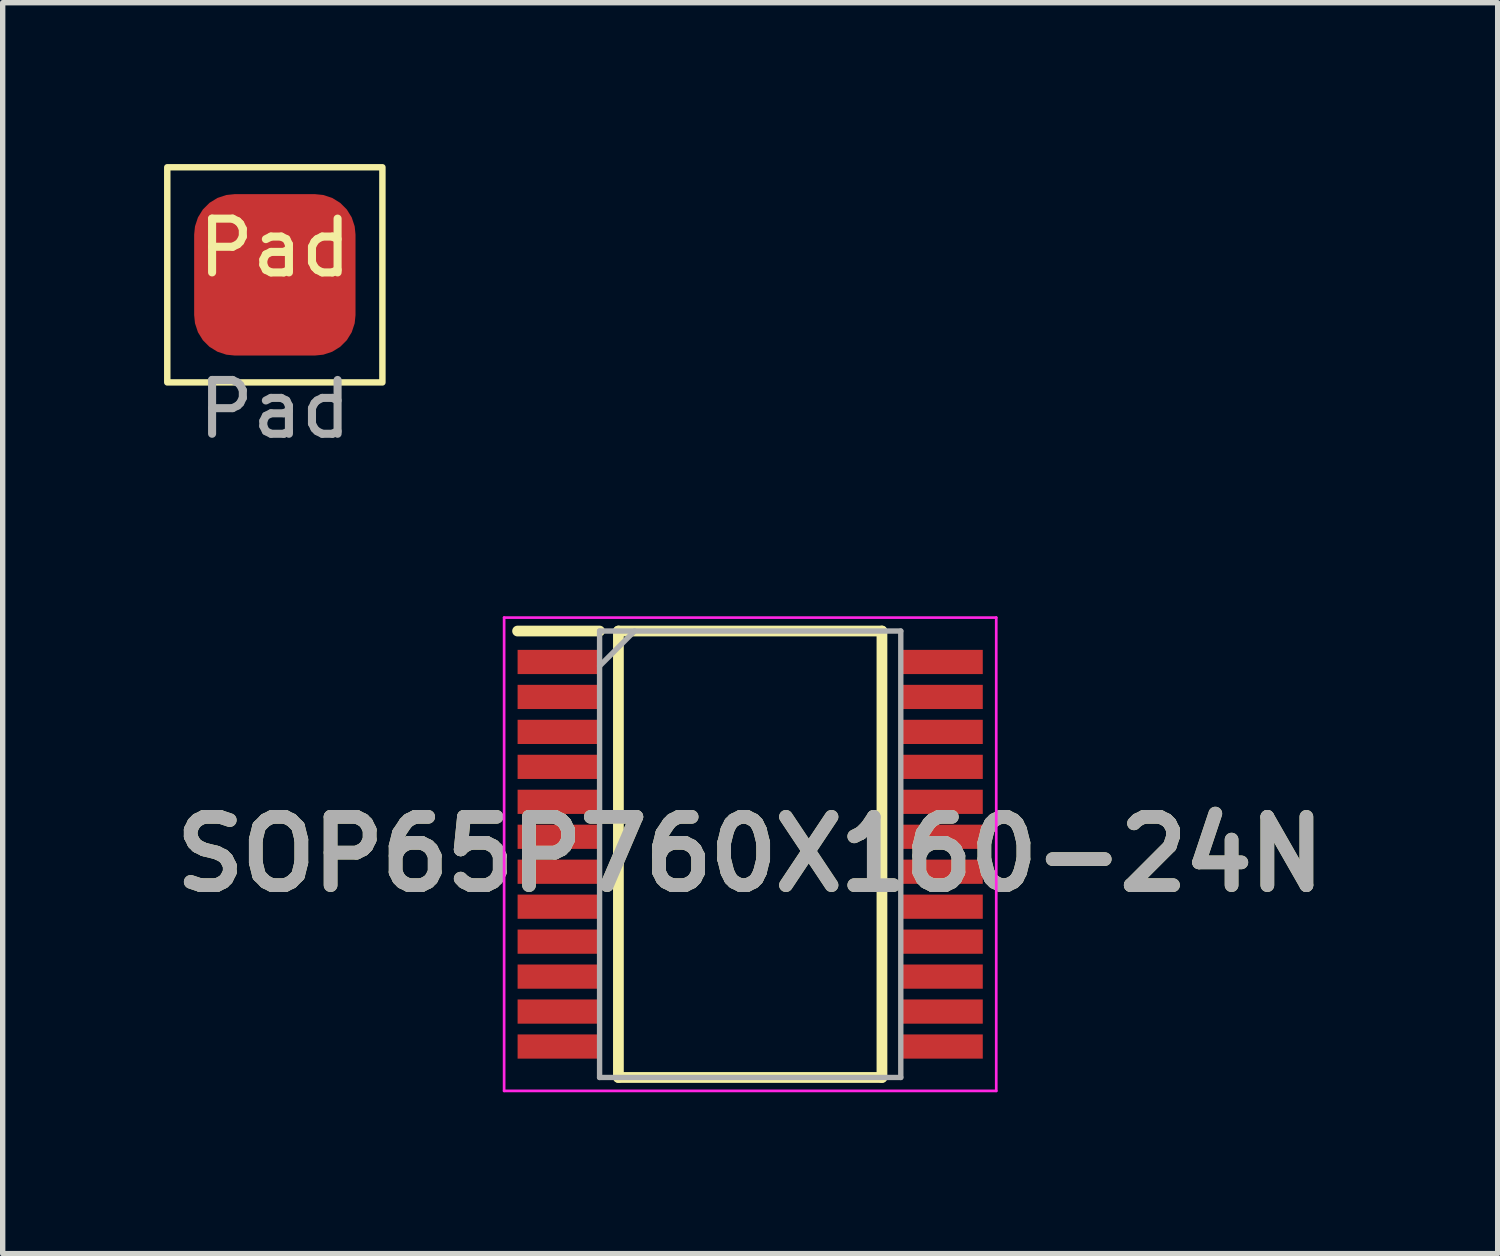
<source format=kicad_pcb>
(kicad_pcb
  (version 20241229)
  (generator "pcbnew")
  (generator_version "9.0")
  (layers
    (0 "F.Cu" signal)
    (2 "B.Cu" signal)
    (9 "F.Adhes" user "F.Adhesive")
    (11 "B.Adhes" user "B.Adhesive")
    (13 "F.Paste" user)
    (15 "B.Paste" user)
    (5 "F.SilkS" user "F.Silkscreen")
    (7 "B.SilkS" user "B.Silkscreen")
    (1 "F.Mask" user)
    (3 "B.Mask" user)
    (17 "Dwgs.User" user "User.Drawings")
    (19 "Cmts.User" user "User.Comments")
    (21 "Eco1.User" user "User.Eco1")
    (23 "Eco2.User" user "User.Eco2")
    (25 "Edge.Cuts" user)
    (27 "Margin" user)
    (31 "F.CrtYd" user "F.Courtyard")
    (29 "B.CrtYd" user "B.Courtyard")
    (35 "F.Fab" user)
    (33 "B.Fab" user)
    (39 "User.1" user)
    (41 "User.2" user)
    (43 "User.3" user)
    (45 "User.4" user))
  (footprint "Pad"
    (layer "F.Cu")
    (at 2.06 2.06)
    (property "Reference" "Pad" (at 0 -0.5 0) (unlocked yes) (layer "F.SilkS") (effects (font (size 1 1) (thickness 0.15))))
    (attr smd)
    (fp_rect (start 2 2) (end -2 -2) (stroke (width 0.12) (type solid)) (fill no) (layer "F.SilkS"))
    (fp_text user "${REFERENCE}" (at 0 2.5 0) (unlocked yes) (layer "F.Fab") (effects (font (size 1 1) (thickness 0.15))))
    (pad "1" smd roundrect (at 0 0) (size 3 3) (layers "F.Cu" "F.Mask" "F.Paste") (roundrect_rratio 0.25)))
  (footprint "SOP65P760X160-24N"
    (layer "F.Cu")
    (at 10.898 12.833)
    (property "Reference" "SOP65P760X160-24N" (at 0 0 0) (layer "F.SilkS") (effects (font (size 1.27 1.27) (thickness 0.254))))
    (attr smd)
    (fp_line (start -4.325 -4.15) (end -2.8 -4.15) (stroke (width 0.2) (type solid)) (layer "F.SilkS"))
    (fp_line (start -2.45 -4.15) (end 2.45 -4.15) (stroke (width 0.2) (type solid)) (layer "F.SilkS"))
    (fp_line (start -2.45 4.15) (end -2.45 -4.15) (stroke (width 0.2) (type solid)) (layer "F.SilkS"))
    (fp_line (start 2.45 -4.15) (end 2.45 4.15) (stroke (width 0.2) (type solid)) (layer "F.SilkS"))
    (fp_line (start 2.45 4.15) (end -2.45 4.15) (stroke (width 0.2) (type solid)) (layer "F.SilkS"))
    (fp_line (start -4.575 -4.4) (end 4.575 -4.4) (stroke (width 0.05) (type solid)) (layer "F.CrtYd"))
    (fp_line (start -4.575 4.4) (end -4.575 -4.4) (stroke (width 0.05) (type solid)) (layer "F.CrtYd"))
    (fp_line (start 4.575 -4.4) (end 4.575 4.4) (stroke (width 0.05) (type solid)) (layer "F.CrtYd"))
    (fp_line (start 4.575 4.4) (end -4.575 4.4) (stroke (width 0.05) (type solid)) (layer "F.CrtYd"))
    (fp_line (start -2.8 -4.15) (end 2.8 -4.15) (stroke (width 0.1) (type solid)) (layer "F.Fab"))
    (fp_line (start -2.8 -3.5) (end -2.15 -4.15) (stroke (width 0.1) (type solid)) (layer "F.Fab"))
    (fp_line (start -2.8 4.15) (end -2.8 -4.15) (stroke (width 0.1) (type solid)) (layer "F.Fab"))
    (fp_line (start 2.8 -4.15) (end 2.8 4.15) (stroke (width 0.1) (type solid)) (layer "F.Fab"))
    (fp_line (start 2.8 4.15) (end -2.8 4.15) (stroke (width 0.1) (type solid)) (layer "F.Fab"))
    (fp_text user "${REFERENCE}" (at 0 0 0) (layer "F.Fab") (effects (font (size 1.27 1.27) (thickness 0.254))))
    (pad "1" smd rect (at -3.562 -3.575 90) (size 0.45 1.525) (layers "F.Cu" "F.Mask" "F.Paste"))
    (pad "2" smd rect (at -3.562 -2.925 90) (size 0.45 1.525) (layers "F.Cu" "F.Mask" "F.Paste"))
    (pad "3" smd rect (at -3.562 -2.275 90) (size 0.45 1.525) (layers "F.Cu" "F.Mask" "F.Paste"))
    (pad "4" smd rect (at -3.562 -1.625 90) (size 0.45 1.525) (layers "F.Cu" "F.Mask" "F.Paste"))
    (pad "5" smd rect (at -3.562 -0.975 90) (size 0.45 1.525) (layers "F.Cu" "F.Mask" "F.Paste"))
    (pad "6" smd rect (at -3.562 -0.325 90) (size 0.45 1.525) (layers "F.Cu" "F.Mask" "F.Paste"))
    (pad "7" smd rect (at -3.562 0.325 90) (size 0.45 1.525) (layers "F.Cu" "F.Mask" "F.Paste"))
    (pad "8" smd rect (at -3.562 0.975 90) (size 0.45 1.525) (layers "F.Cu" "F.Mask" "F.Paste"))
    (pad "9" smd rect (at -3.562 1.625 90) (size 0.45 1.525) (layers "F.Cu" "F.Mask" "F.Paste"))
    (pad "10" smd rect (at -3.562 2.275 90) (size 0.45 1.525) (layers "F.Cu" "F.Mask" "F.Paste"))
    (pad "11" smd rect (at -3.562 2.925 90) (size 0.45 1.525) (layers "F.Cu" "F.Mask" "F.Paste"))
    (pad "12" smd rect (at -3.562 3.575 90) (size 0.45 1.525) (layers "F.Cu" "F.Mask" "F.Paste"))
    (pad "13" smd rect (at 3.562 3.575 90) (size 0.45 1.525) (layers "F.Cu" "F.Mask" "F.Paste"))
    (pad "14" smd rect (at 3.562 2.925 90) (size 0.45 1.525) (layers "F.Cu" "F.Mask" "F.Paste"))
    (pad "15" smd rect (at 3.562 2.275 90) (size 0.45 1.525) (layers "F.Cu" "F.Mask" "F.Paste"))
    (pad "16" smd rect (at 3.562 1.625 90) (size 0.45 1.525) (layers "F.Cu" "F.Mask" "F.Paste"))
    (pad "17" smd rect (at 3.562 0.975 90) (size 0.45 1.525) (layers "F.Cu" "F.Mask" "F.Paste"))
    (pad "18" smd rect (at 3.562 0.325 90) (size 0.45 1.525) (layers "F.Cu" "F.Mask" "F.Paste"))
    (pad "19" smd rect (at 3.562 -0.325 90) (size 0.45 1.525) (layers "F.Cu" "F.Mask" "F.Paste"))
    (pad "20" smd rect (at 3.562 -0.975 90) (size 0.45 1.525) (layers "F.Cu" "F.Mask" "F.Paste"))
    (pad "21" smd rect (at 3.562 -1.625 90) (size 0.45 1.525) (layers "F.Cu" "F.Mask" "F.Paste"))
    (pad "22" smd rect (at 3.562 -2.275 90) (size 0.45 1.525) (layers "F.Cu" "F.Mask" "F.Paste"))
    (pad "23" smd rect (at 3.562 -2.925 90) (size 0.45 1.525) (layers "F.Cu" "F.Mask" "F.Paste"))
    (pad "24" smd rect (at 3.562 -3.575 90) (size 0.45 1.525) (layers "F.Cu" "F.Mask" "F.Paste")))
  (gr_rect
    (start -3 -3)
    (end 24.796 20.258)
    (stroke (width 0.1) (type default))
    (fill no)
    (layer "Edge.Cuts")))
</source>
